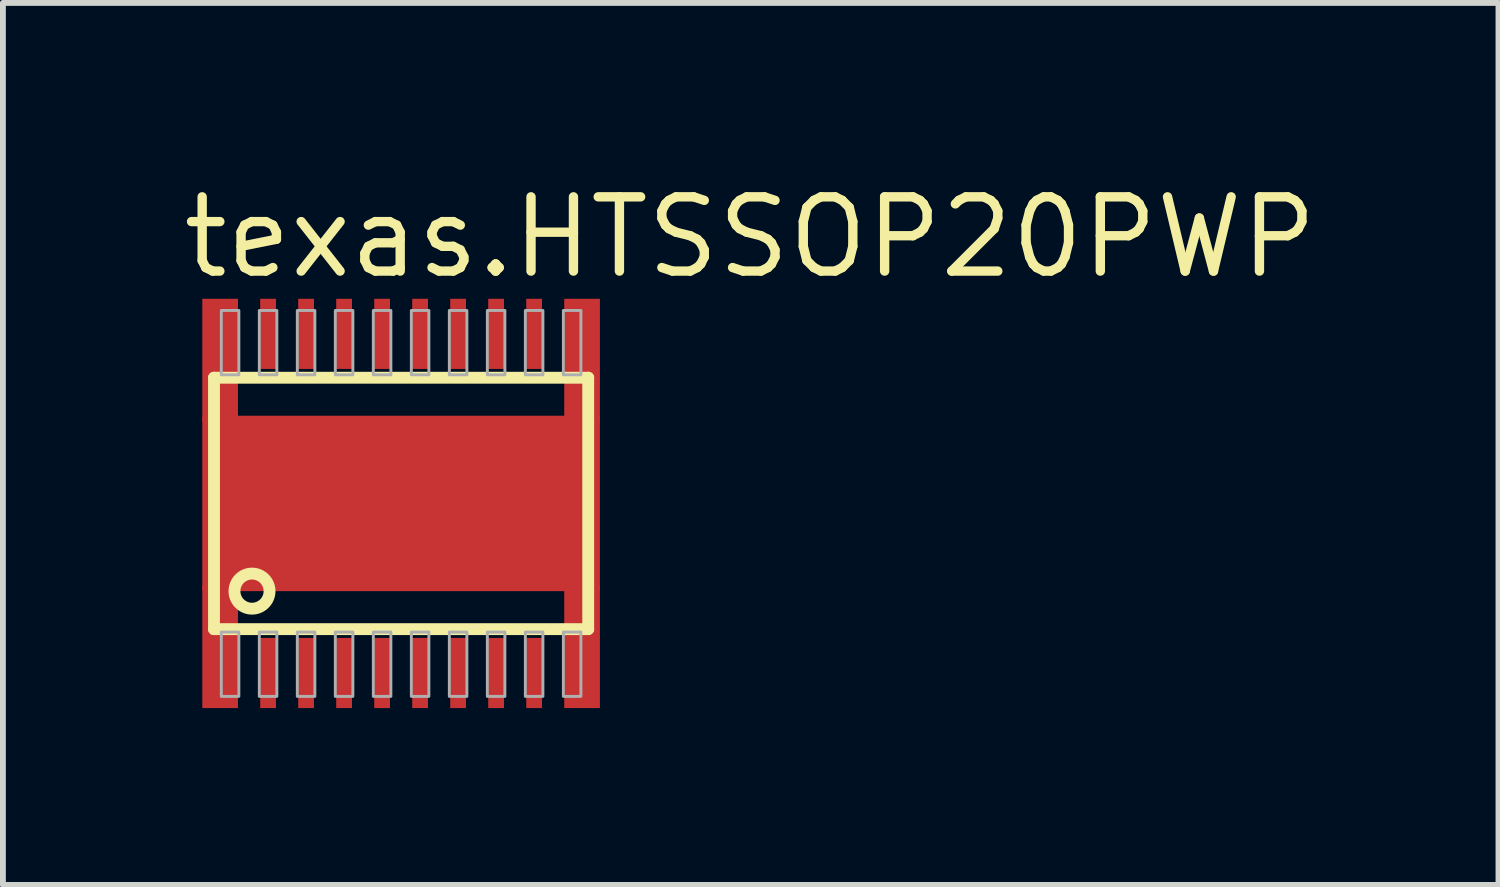
<source format=kicad_pcb>
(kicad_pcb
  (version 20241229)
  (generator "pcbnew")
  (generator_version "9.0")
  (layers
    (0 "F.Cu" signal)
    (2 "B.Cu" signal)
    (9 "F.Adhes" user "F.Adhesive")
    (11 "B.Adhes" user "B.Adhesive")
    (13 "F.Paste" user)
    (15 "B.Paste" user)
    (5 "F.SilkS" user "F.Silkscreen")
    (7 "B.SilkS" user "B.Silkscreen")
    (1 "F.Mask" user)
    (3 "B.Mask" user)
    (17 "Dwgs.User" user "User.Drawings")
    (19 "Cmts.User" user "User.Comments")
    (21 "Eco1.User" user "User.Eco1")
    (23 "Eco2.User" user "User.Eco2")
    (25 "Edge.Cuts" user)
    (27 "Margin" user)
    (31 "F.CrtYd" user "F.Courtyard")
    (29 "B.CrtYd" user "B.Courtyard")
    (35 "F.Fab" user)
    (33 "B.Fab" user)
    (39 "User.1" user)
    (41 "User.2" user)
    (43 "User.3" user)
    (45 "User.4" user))
  (footprint "texas.HTSSOP20PWP"
    (layer "F.Cu")
    (at 3.81 5.56)
    (property "Reference" "texas.HTSSOP20PWP" (at -3.81 -3.81 0) (layer "F.SilkS") (effects (font (size 1.27 1.27) (thickness 0.16)) (justify left bottom)))
    (attr smd)
    (fp_rect (start -3.06 -2.3) (end -2.79 -3.5) (stroke (width 0.05) (type default)) (fill yes) (layer "F.Mask"))
    (fp_rect (start -3.06 3.5) (end -2.79 2.3) (stroke (width 0.05) (type default)) (fill yes) (layer "F.Mask"))
    (fp_rect (start -2.41 -2.3) (end -2.14 -3.5) (stroke (width 0.05) (type default)) (fill yes) (layer "F.Mask"))
    (fp_rect (start -2.41 3.5) (end -2.14 2.3) (stroke (width 0.05) (type default)) (fill yes) (layer "F.Mask"))
    (fp_rect (start -1.89 1.3) (end 1.89 -1.3) (stroke (width 0.05) (type default)) (fill yes) (layer "F.Mask"))
    (fp_rect (start -1.76 -2.3) (end -1.49 -3.5) (stroke (width 0.05) (type default)) (fill yes) (layer "F.Mask"))
    (fp_rect (start -1.76 3.5) (end -1.49 2.3) (stroke (width 0.05) (type default)) (fill yes) (layer "F.Mask"))
    (fp_rect (start -1.11 -2.3) (end -0.84 -3.5) (stroke (width 0.05) (type default)) (fill yes) (layer "F.Mask"))
    (fp_rect (start -1.11 3.5) (end -0.84 2.3) (stroke (width 0.05) (type default)) (fill yes) (layer "F.Mask"))
    (fp_rect (start -0.46 -2.3) (end -0.19 -3.5) (stroke (width 0.05) (type default)) (fill yes) (layer "F.Mask"))
    (fp_rect (start -0.46 3.5) (end -0.19 2.3) (stroke (width 0.05) (type default)) (fill yes) (layer "F.Mask"))
    (fp_rect (start 0.19 -2.3) (end 0.46 -3.5) (stroke (width 0.05) (type default)) (fill yes) (layer "F.Mask"))
    (fp_rect (start 0.19 3.5) (end 0.46 2.3) (stroke (width 0.05) (type default)) (fill yes) (layer "F.Mask"))
    (fp_rect (start 0.84 -2.3) (end 1.11 -3.5) (stroke (width 0.05) (type default)) (fill yes) (layer "F.Mask"))
    (fp_rect (start 0.84 3.5) (end 1.11 2.3) (stroke (width 0.05) (type default)) (fill yes) (layer "F.Mask"))
    (fp_rect (start 1.49 -2.3) (end 1.76 -3.5) (stroke (width 0.05) (type default)) (fill yes) (layer "F.Mask"))
    (fp_rect (start 1.49 3.5) (end 1.76 2.3) (stroke (width 0.05) (type default)) (fill yes) (layer "F.Mask"))
    (fp_rect (start 2.14 -2.3) (end 2.41 -3.5) (stroke (width 0.05) (type default)) (fill yes) (layer "F.Mask"))
    (fp_rect (start 2.14 3.5) (end 2.41 2.3) (stroke (width 0.05) (type default)) (fill yes) (layer "F.Mask"))
    (fp_rect (start 2.79 -2.3) (end 3.06 -3.5) (stroke (width 0.05) (type default)) (fill yes) (layer "F.Mask"))
    (fp_rect (start 2.79 3.5) (end 3.06 2.3) (stroke (width 0.05) (type default)) (fill yes) (layer "F.Mask"))
    (fp_line (start -3.2 -2.15) (end 3.2 -2.15) (stroke (width 0.203) (type default)) (layer "F.SilkS"))
    (fp_line (start -3.2 2.15) (end -3.2 -2.15) (stroke (width 0.203) (type default)) (layer "F.SilkS"))
    (fp_line (start 3.2 -2.15) (end 3.2 2.15) (stroke (width 0.203) (type default)) (layer "F.SilkS"))
    (fp_line (start 3.2 2.15) (end -3.2 2.15) (stroke (width 0.203) (type default)) (layer "F.SilkS"))
    (fp_circle (center -2.55 1.5) (end -2.25 1.5) (stroke (width 0.203) (type default)) (fill no) (layer "F.SilkS"))
    (fp_rect (start -3.05 -2.31) (end -2.8 -3.48) (stroke (width 0.05) (type default)) (fill yes) (layer "F.Paste"))
    (fp_rect (start -3.05 3.48) (end -2.8 2.31) (stroke (width 0.05) (type default)) (fill yes) (layer "F.Paste"))
    (fp_rect (start -2.4 -2.31) (end -2.15 -3.48) (stroke (width 0.05) (type default)) (fill yes) (layer "F.Paste"))
    (fp_rect (start -2.4 3.48) (end -2.15 2.31) (stroke (width 0.05) (type default)) (fill yes) (layer "F.Paste"))
    (fp_rect (start -1.8 1.2) (end 1.8 -1.2) (stroke (width 0.05) (type default)) (fill yes) (layer "F.Paste"))
    (fp_rect (start -1.75 -2.31) (end -1.5 -3.48) (stroke (width 0.05) (type default)) (fill yes) (layer "F.Paste"))
    (fp_rect (start -1.75 3.48) (end -1.5 2.31) (stroke (width 0.05) (type default)) (fill yes) (layer "F.Paste"))
    (fp_rect (start -1.1 -2.31) (end -0.85 -3.48) (stroke (width 0.05) (type default)) (fill yes) (layer "F.Paste"))
    (fp_rect (start -1.1 3.48) (end -0.85 2.31) (stroke (width 0.05) (type default)) (fill yes) (layer "F.Paste"))
    (fp_rect (start -0.45 -2.31) (end -0.2 -3.48) (stroke (width 0.05) (type default)) (fill yes) (layer "F.Paste"))
    (fp_rect (start -0.45 3.48) (end -0.2 2.31) (stroke (width 0.05) (type default)) (fill yes) (layer "F.Paste"))
    (fp_rect (start 0.2 -2.31) (end 0.45 -3.48) (stroke (width 0.05) (type default)) (fill yes) (layer "F.Paste"))
    (fp_rect (start 0.2 3.48) (end 0.45 2.31) (stroke (width 0.05) (type default)) (fill yes) (layer "F.Paste"))
    (fp_rect (start 0.85 -2.31) (end 1.1 -3.48) (stroke (width 0.05) (type default)) (fill yes) (layer "F.Paste"))
    (fp_rect (start 0.85 3.48) (end 1.1 2.31) (stroke (width 0.05) (type default)) (fill yes) (layer "F.Paste"))
    (fp_rect (start 1.5 -2.31) (end 1.75 -3.48) (stroke (width 0.05) (type default)) (fill yes) (layer "F.Paste"))
    (fp_rect (start 1.5 3.48) (end 1.75 2.31) (stroke (width 0.05) (type default)) (fill yes) (layer "F.Paste"))
    (fp_rect (start 2.15 -2.31) (end 2.4 -3.48) (stroke (width 0.05) (type default)) (fill yes) (layer "F.Paste"))
    (fp_rect (start 2.15 3.48) (end 2.4 2.31) (stroke (width 0.05) (type default)) (fill yes) (layer "F.Paste"))
    (fp_rect (start 2.8 -2.31) (end 3.05 -3.48) (stroke (width 0.05) (type default)) (fill yes) (layer "F.Paste"))
    (fp_rect (start 2.8 3.48) (end 3.05 2.31) (stroke (width 0.05) (type default)) (fill yes) (layer "F.Paste"))
    (fp_rect (start -3.075 -2.2) (end -2.775 -3.3) (stroke (width 0.05) (type default)) (fill no) (layer "F.Fab"))
    (fp_rect (start -3.075 3.3) (end -2.775 2.2) (stroke (width 0.05) (type default)) (fill no) (layer "F.Fab"))
    (fp_rect (start -2.425 -2.2) (end -2.125 -3.3) (stroke (width 0.05) (type default)) (fill no) (layer "F.Fab"))
    (fp_rect (start -2.425 3.3) (end -2.125 2.2) (stroke (width 0.05) (type default)) (fill no) (layer "F.Fab"))
    (fp_rect (start -1.775 -2.2) (end -1.475 -3.3) (stroke (width 0.05) (type default)) (fill no) (layer "F.Fab"))
    (fp_rect (start -1.775 3.3) (end -1.475 2.2) (stroke (width 0.05) (type default)) (fill no) (layer "F.Fab"))
    (fp_rect (start -1.125 -2.2) (end -0.825 -3.3) (stroke (width 0.05) (type default)) (fill no) (layer "F.Fab"))
    (fp_rect (start -1.125 3.3) (end -0.825 2.2) (stroke (width 0.05) (type default)) (fill no) (layer "F.Fab"))
    (fp_rect (start -0.475 -2.2) (end -0.175 -3.3) (stroke (width 0.05) (type default)) (fill no) (layer "F.Fab"))
    (fp_rect (start -0.475 3.3) (end -0.175 2.2) (stroke (width 0.05) (type default)) (fill no) (layer "F.Fab"))
    (fp_rect (start 0.175 -2.2) (end 0.475 -3.3) (stroke (width 0.05) (type default)) (fill no) (layer "F.Fab"))
    (fp_rect (start 0.175 3.3) (end 0.475 2.2) (stroke (width 0.05) (type default)) (fill no) (layer "F.Fab"))
    (fp_rect (start 0.825 -2.2) (end 1.125 -3.3) (stroke (width 0.05) (type default)) (fill no) (layer "F.Fab"))
    (fp_rect (start 0.825 3.3) (end 1.125 2.2) (stroke (width 0.05) (type default)) (fill no) (layer "F.Fab"))
    (fp_rect (start 1.475 -2.2) (end 1.775 -3.3) (stroke (width 0.05) (type default)) (fill no) (layer "F.Fab"))
    (fp_rect (start 1.475 3.3) (end 1.775 2.2) (stroke (width 0.05) (type default)) (fill no) (layer "F.Fab"))
    (fp_rect (start 2.125 -2.2) (end 2.425 -3.3) (stroke (width 0.05) (type default)) (fill no) (layer "F.Fab"))
    (fp_rect (start 2.125 3.3) (end 2.425 2.2) (stroke (width 0.05) (type default)) (fill no) (layer "F.Fab"))
    (fp_rect (start 2.775 -2.2) (end 3.075 -3.3) (stroke (width 0.05) (type default)) (fill no) (layer "F.Fab"))
    (fp_rect (start 2.775 3.3) (end 3.075 2.2) (stroke (width 0.05) (type default)) (fill no) (layer "F.Fab"))
    (pad "1" smd roundrect (at -3.095 2.45) (size 0.61 2.1) (layers "F.Cu" "F.Mask" "F.Paste") (roundrect_rratio 0.01))
    (pad "2" smd roundrect (at -2.275 2.9) (size 0.27 1.2) (layers "F.Cu" "F.Mask" "F.Paste") (roundrect_rratio 0.01))
    (pad "3" smd roundrect (at -1.625 2.9) (size 0.27 1.2) (layers "F.Cu" "F.Mask" "F.Paste") (roundrect_rratio 0.01))
    (pad "4" smd roundrect (at -0.975 2.9) (size 0.27 1.2) (layers "F.Cu" "F.Mask" "F.Paste") (roundrect_rratio 0.01))
    (pad "5" smd roundrect (at -0.325 2.9) (size 0.27 1.2) (layers "F.Cu" "F.Mask" "F.Paste") (roundrect_rratio 0.01))
    (pad "6" smd roundrect (at 0.325 2.9) (size 0.27 1.2) (layers "F.Cu" "F.Mask" "F.Paste") (roundrect_rratio 0.01))
    (pad "7" smd roundrect (at 0.975 2.9) (size 0.27 1.2) (layers "F.Cu" "F.Mask" "F.Paste") (roundrect_rratio 0.01))
    (pad "8" smd roundrect (at 1.625 2.9) (size 0.27 1.2) (layers "F.Cu" "F.Mask" "F.Paste") (roundrect_rratio 0.01))
    (pad "9" smd roundrect (at 2.275 2.9) (size 0.27 1.2) (layers "F.Cu" "F.Mask" "F.Paste") (roundrect_rratio 0.01))
    (pad "10" smd roundrect (at 3.095 2.45) (size 0.61 2.1) (layers "F.Cu" "F.Mask" "F.Paste") (roundrect_rratio 0.01))
    (pad "11" smd roundrect (at 3.095 -2.45 180) (size 0.61 2.1) (layers "F.Cu" "F.Mask" "F.Paste") (roundrect_rratio 0.01))
    (pad "12" smd roundrect (at 2.275 -2.9 180) (size 0.27 1.2) (layers "F.Cu" "F.Mask" "F.Paste") (roundrect_rratio 0.01))
    (pad "13" smd roundrect (at 1.625 -2.9 180) (size 0.27 1.2) (layers "F.Cu" "F.Mask" "F.Paste") (roundrect_rratio 0.01))
    (pad "14" smd roundrect (at 0.975 -2.9 180) (size 0.27 1.2) (layers "F.Cu" "F.Mask" "F.Paste") (roundrect_rratio 0.01))
    (pad "15" smd roundrect (at 0.325 -2.9 180) (size 0.27 1.2) (layers "F.Cu" "F.Mask" "F.Paste") (roundrect_rratio 0.01))
    (pad "16" smd roundrect (at -0.325 -2.9 180) (size 0.27 1.2) (layers "F.Cu" "F.Mask" "F.Paste") (roundrect_rratio 0.01))
    (pad "17" smd roundrect (at -0.975 -2.9 180) (size 0.27 1.2) (layers "F.Cu" "F.Mask" "F.Paste") (roundrect_rratio 0.01))
    (pad "18" smd roundrect (at -1.625 -2.9 180) (size 0.27 1.2) (layers "F.Cu" "F.Mask" "F.Paste") (roundrect_rratio 0.01))
    (pad "19" smd roundrect (at -2.275 -2.9 180) (size 0.27 1.2) (layers "F.Cu" "F.Mask" "F.Paste") (roundrect_rratio 0.01))
    (pad "20" smd roundrect (at -3.095 -2.45 180) (size 0.61 2.1) (layers "F.Cu" "F.Mask" "F.Paste") (roundrect_rratio 0.01))
    (pad "EXP" smd roundrect (at 0 0) (size 6.8 3) (layers "F.Cu" "F.Mask" "F.Paste") (roundrect_rratio 0.01)))
  (gr_rect
    (start -3 -3)
    (end 22.578 12.085)
    (stroke (width 0.1) (type default))
    (fill no)
    (layer "Edge.Cuts")))
</source>
